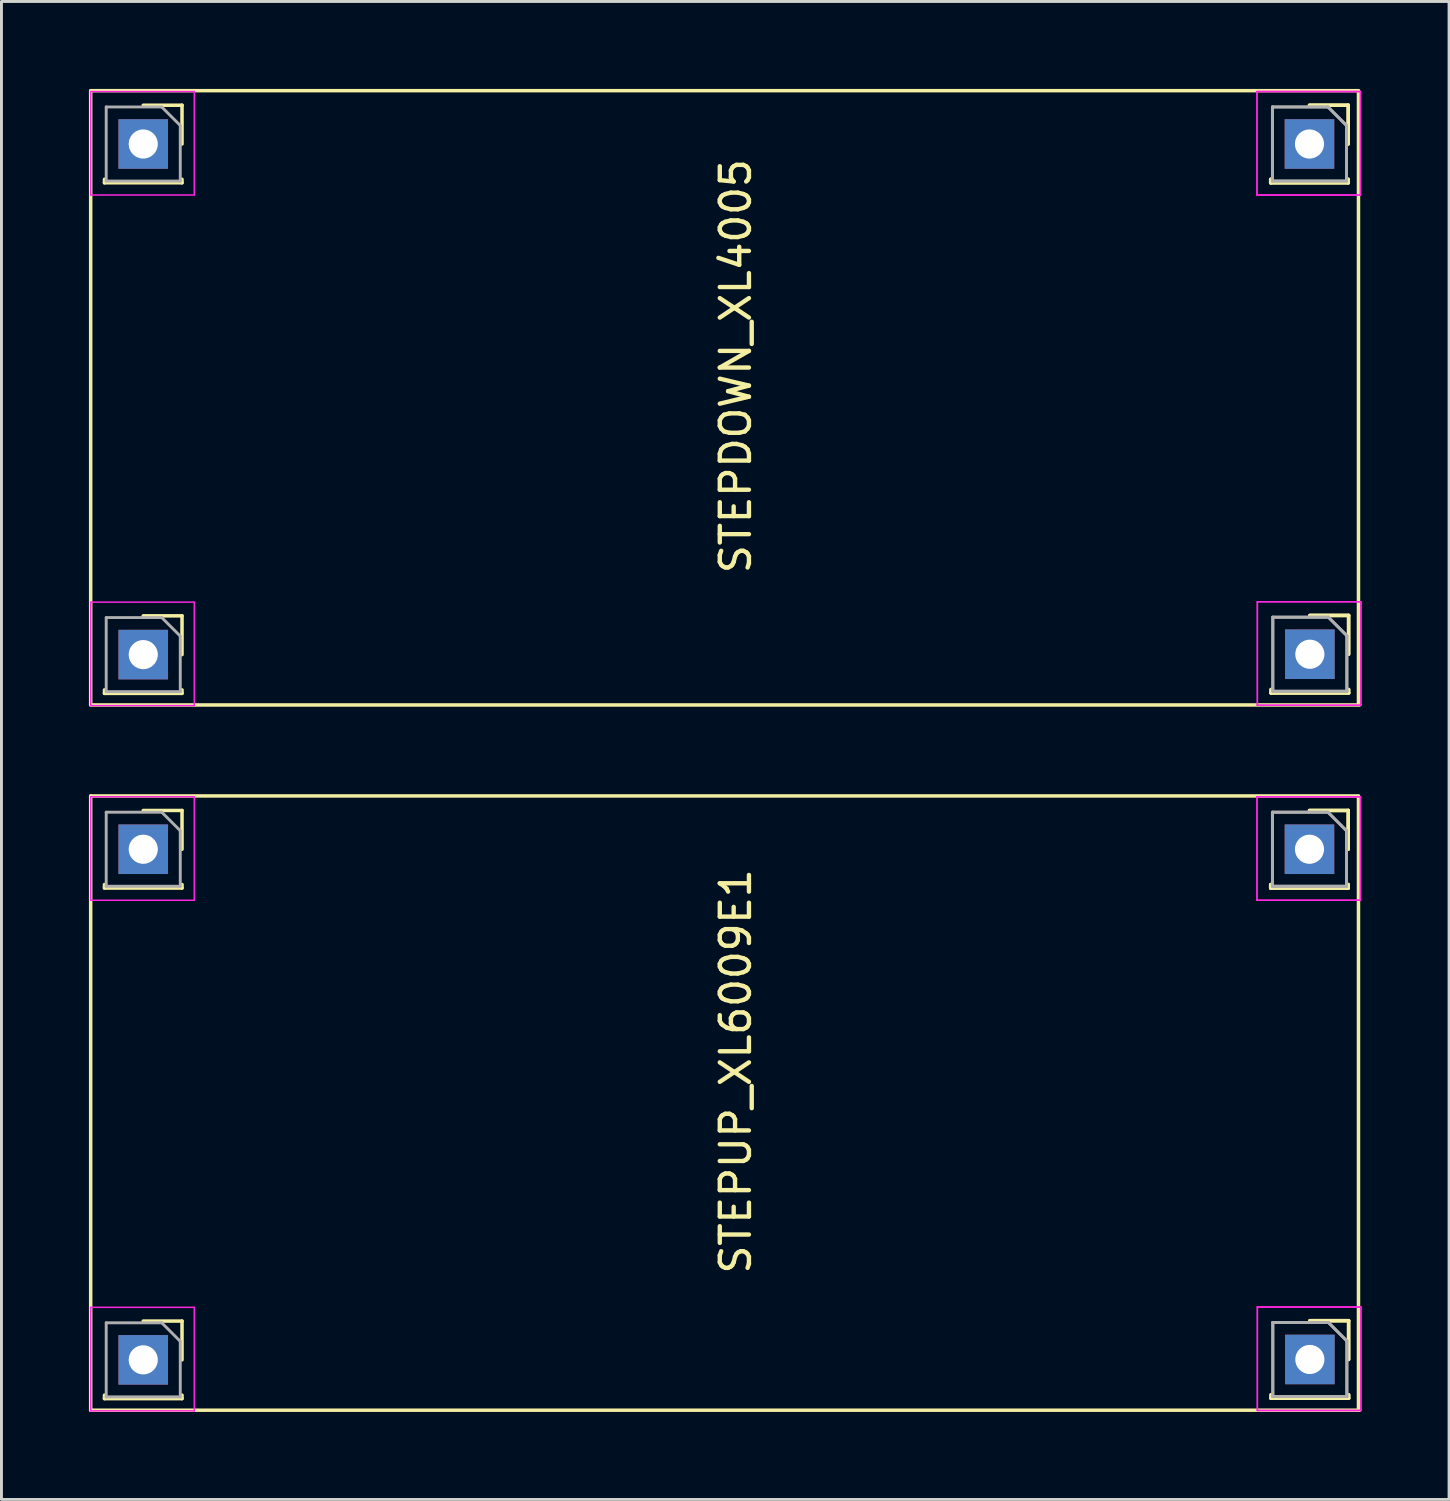
<source format=kicad_pcb>
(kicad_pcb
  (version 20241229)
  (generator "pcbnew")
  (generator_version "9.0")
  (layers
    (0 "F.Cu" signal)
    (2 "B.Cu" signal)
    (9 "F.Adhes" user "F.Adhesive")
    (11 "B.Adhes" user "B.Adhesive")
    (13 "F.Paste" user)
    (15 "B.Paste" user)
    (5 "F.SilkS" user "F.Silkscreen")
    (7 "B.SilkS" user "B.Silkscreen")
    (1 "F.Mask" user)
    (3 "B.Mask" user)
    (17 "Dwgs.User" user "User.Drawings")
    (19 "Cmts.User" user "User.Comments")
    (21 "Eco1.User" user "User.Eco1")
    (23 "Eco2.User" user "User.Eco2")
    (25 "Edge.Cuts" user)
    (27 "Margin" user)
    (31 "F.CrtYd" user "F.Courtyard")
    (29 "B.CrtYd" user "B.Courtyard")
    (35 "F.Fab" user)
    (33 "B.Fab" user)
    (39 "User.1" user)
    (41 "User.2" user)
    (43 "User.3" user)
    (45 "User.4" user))
  (footprint "STEPUP_XL6009E1"
    (layer "F.Cu")
    (at 1.863 43.591)
    (property "Reference" "STEPUP_XL6009E1" (at 20.32 -9.893 90) (layer "F.SilkS") (effects (font (size 1 1) (thickness 0.15))))
    (attr through_hole)
    (fp_line (start -1.803 1.727) (end -1.803 -19.342) (stroke (width 0.12) (type solid)) (layer "F.SilkS"))
    (fp_line (start -1.791 -19.342) (end 41.681 -19.342) (stroke (width 0.12) (type solid)) (layer "F.SilkS"))
    (fp_line (start -1.33 -16.303) (end -1.33 -16.183) (stroke (width 0.12) (type solid)) (layer "F.SilkS"))
    (fp_line (start -1.33 -16.183) (end 1.33 -16.183) (stroke (width 0.12) (type solid)) (layer "F.SilkS"))
    (fp_line (start -1.33 1.21) (end -1.33 1.33) (stroke (width 0.12) (type solid)) (layer "F.SilkS"))
    (fp_line (start -1.33 1.33) (end 1.33 1.33) (stroke (width 0.12) (type solid)) (layer "F.SilkS"))
    (fp_line (start 0 -18.843) (end 1.33 -18.843) (stroke (width 0.12) (type solid)) (layer "F.SilkS"))
    (fp_line (start 0 -1.33) (end 1.33 -1.33) (stroke (width 0.12) (type solid)) (layer "F.SilkS"))
    (fp_line (start 1.33 -18.843) (end 1.33 -17.513) (stroke (width 0.12) (type solid)) (layer "F.SilkS"))
    (fp_line (start 1.33 -16.303) (end 1.33 -16.183) (stroke (width 0.12) (type solid)) (layer "F.SilkS"))
    (fp_line (start 1.33 -1.33) (end 1.33 0) (stroke (width 0.12) (type solid)) (layer "F.SilkS"))
    (fp_line (start 1.33 1.21) (end 1.33 1.33) (stroke (width 0.12) (type solid)) (layer "F.SilkS"))
    (fp_line (start 38.67 -16.303) (end 38.67 -16.183) (stroke (width 0.12) (type solid)) (layer "F.SilkS"))
    (fp_line (start 38.67 -16.303) (end 38.67 -16.183) (stroke (width 0.12) (type solid)) (layer "F.SilkS"))
    (fp_line (start 38.67 -16.183) (end 41.33 -16.183) (stroke (width 0.12) (type solid)) (layer "F.SilkS"))
    (fp_line (start 38.67 -16.183) (end 41.33 -16.183) (stroke (width 0.12) (type solid)) (layer "F.SilkS"))
    (fp_line (start 38.683 1.197) (end 38.683 1.317) (stroke (width 0.12) (type solid)) (layer "F.SilkS"))
    (fp_line (start 38.683 1.197) (end 38.683 1.317) (stroke (width 0.12) (type solid)) (layer "F.SilkS"))
    (fp_line (start 38.683 1.317) (end 41.343 1.317) (stroke (width 0.12) (type solid)) (layer "F.SilkS"))
    (fp_line (start 38.683 1.317) (end 41.343 1.317) (stroke (width 0.12) (type solid)) (layer "F.SilkS"))
    (fp_line (start 40 -18.843) (end 41.33 -18.843) (stroke (width 0.12) (type solid)) (layer "F.SilkS"))
    (fp_line (start 40 -18.843) (end 41.33 -18.843) (stroke (width 0.12) (type solid)) (layer "F.SilkS"))
    (fp_line (start 40.013 -1.343) (end 41.343 -1.343) (stroke (width 0.12) (type solid)) (layer "F.SilkS"))
    (fp_line (start 40.013 -1.343) (end 41.343 -1.343) (stroke (width 0.12) (type solid)) (layer "F.SilkS"))
    (fp_line (start 41.33 -18.843) (end 41.33 -17.513) (stroke (width 0.12) (type solid)) (layer "F.SilkS"))
    (fp_line (start 41.33 -18.843) (end 41.33 -17.513) (stroke (width 0.12) (type solid)) (layer "F.SilkS"))
    (fp_line (start 41.33 -16.303) (end 41.33 -16.183) (stroke (width 0.12) (type solid)) (layer "F.SilkS"))
    (fp_line (start 41.33 -16.303) (end 41.33 -16.183) (stroke (width 0.12) (type solid)) (layer "F.SilkS"))
    (fp_line (start 41.343 -1.343) (end 41.343 -0.013) (stroke (width 0.12) (type solid)) (layer "F.SilkS"))
    (fp_line (start 41.343 -1.343) (end 41.343 -0.013) (stroke (width 0.12) (type solid)) (layer "F.SilkS"))
    (fp_line (start 41.343 1.197) (end 41.343 1.317) (stroke (width 0.12) (type solid)) (layer "F.SilkS"))
    (fp_line (start 41.343 1.197) (end 41.343 1.317) (stroke (width 0.12) (type solid)) (layer "F.SilkS"))
    (fp_line (start 41.681 -19.329) (end 41.681 1.714) (stroke (width 0.12) (type solid)) (layer "F.SilkS"))
    (fp_line (start 41.719 1.727) (end -1.803 1.727) (stroke (width 0.12) (type solid)) (layer "F.SilkS"))
    (fp_line (start -1.8 -19.313) (end 1.75 -19.313) (stroke (width 0.05) (type solid)) (layer "F.CrtYd"))
    (fp_line (start -1.8 -15.763) (end -1.8 -19.313) (stroke (width 0.05) (type solid)) (layer "F.CrtYd"))
    (fp_line (start -1.8 -1.8) (end 1.75 -1.8) (stroke (width 0.05) (type solid)) (layer "F.CrtYd"))
    (fp_line (start -1.8 1.75) (end -1.8 -1.8) (stroke (width 0.05) (type solid)) (layer "F.CrtYd"))
    (fp_line (start 1.75 -19.313) (end 1.75 -15.763) (stroke (width 0.05) (type solid)) (layer "F.CrtYd"))
    (fp_line (start 1.75 -15.763) (end -1.8 -15.763) (stroke (width 0.05) (type solid)) (layer "F.CrtYd"))
    (fp_line (start 1.75 -1.8) (end 1.75 1.75) (stroke (width 0.05) (type solid)) (layer "F.CrtYd"))
    (fp_line (start 1.75 1.75) (end -1.8 1.75) (stroke (width 0.05) (type solid)) (layer "F.CrtYd"))
    (fp_line (start 38.2 -19.313) (end 41.75 -19.313) (stroke (width 0.05) (type solid)) (layer "F.CrtYd"))
    (fp_line (start 38.2 -19.313) (end 41.75 -19.313) (stroke (width 0.05) (type solid)) (layer "F.CrtYd"))
    (fp_line (start 38.2 -15.763) (end 38.2 -19.313) (stroke (width 0.05) (type solid)) (layer "F.CrtYd"))
    (fp_line (start 38.2 -15.763) (end 38.2 -19.313) (stroke (width 0.05) (type solid)) (layer "F.CrtYd"))
    (fp_line (start 38.213 -1.813) (end 41.763 -1.813) (stroke (width 0.05) (type solid)) (layer "F.CrtYd"))
    (fp_line (start 38.213 -1.813) (end 41.763 -1.813) (stroke (width 0.05) (type solid)) (layer "F.CrtYd"))
    (fp_line (start 38.213 1.737) (end 38.213 -1.813) (stroke (width 0.05) (type solid)) (layer "F.CrtYd"))
    (fp_line (start 38.213 1.737) (end 38.213 -1.813) (stroke (width 0.05) (type solid)) (layer "F.CrtYd"))
    (fp_line (start 41.75 -19.313) (end 41.75 -15.763) (stroke (width 0.05) (type solid)) (layer "F.CrtYd"))
    (fp_line (start 41.75 -19.313) (end 41.75 -15.763) (stroke (width 0.05) (type solid)) (layer "F.CrtYd"))
    (fp_line (start 41.75 -15.763) (end 38.2 -15.763) (stroke (width 0.05) (type solid)) (layer "F.CrtYd"))
    (fp_line (start 41.75 -15.763) (end 38.2 -15.763) (stroke (width 0.05) (type solid)) (layer "F.CrtYd"))
    (fp_line (start 41.763 -1.813) (end 41.763 1.737) (stroke (width 0.05) (type solid)) (layer "F.CrtYd"))
    (fp_line (start 41.763 -1.813) (end 41.763 1.737) (stroke (width 0.05) (type solid)) (layer "F.CrtYd"))
    (fp_line (start 41.763 1.737) (end 38.213 1.737) (stroke (width 0.05) (type solid)) (layer "F.CrtYd"))
    (fp_line (start 41.763 1.737) (end 38.213 1.737) (stroke (width 0.05) (type solid)) (layer "F.CrtYd"))
    (fp_line (start -1.27 -18.783) (end 0.635 -18.783) (stroke (width 0.1) (type solid)) (layer "F.Fab"))
    (fp_line (start -1.27 -16.243) (end -1.27 -18.783) (stroke (width 0.1) (type solid)) (layer "F.Fab"))
    (fp_line (start -1.27 -1.27) (end 0.635 -1.27) (stroke (width 0.1) (type solid)) (layer "F.Fab"))
    (fp_line (start -1.27 1.27) (end -1.27 -1.27) (stroke (width 0.1) (type solid)) (layer "F.Fab"))
    (fp_line (start 0.635 -18.783) (end 1.27 -18.148) (stroke (width 0.1) (type solid)) (layer "F.Fab"))
    (fp_line (start 0.635 -1.27) (end 1.27 -0.635) (stroke (width 0.1) (type solid)) (layer "F.Fab"))
    (fp_line (start 1.27 -18.148) (end 1.27 -16.243) (stroke (width 0.1) (type solid)) (layer "F.Fab"))
    (fp_line (start 1.27 -16.243) (end -1.27 -16.243) (stroke (width 0.1) (type solid)) (layer "F.Fab"))
    (fp_line (start 1.27 -0.635) (end 1.27 1.27) (stroke (width 0.1) (type solid)) (layer "F.Fab"))
    (fp_line (start 1.27 1.27) (end -1.27 1.27) (stroke (width 0.1) (type solid)) (layer "F.Fab"))
    (fp_line (start 38.73 -18.783) (end 40.635 -18.783) (stroke (width 0.1) (type solid)) (layer "F.Fab"))
    (fp_line (start 38.73 -18.783) (end 40.635 -18.783) (stroke (width 0.1) (type solid)) (layer "F.Fab"))
    (fp_line (start 38.73 -16.243) (end 38.73 -18.783) (stroke (width 0.1) (type solid)) (layer "F.Fab"))
    (fp_line (start 38.73 -16.243) (end 38.73 -18.783) (stroke (width 0.1) (type solid)) (layer "F.Fab"))
    (fp_line (start 38.743 -1.283) (end 40.648 -1.283) (stroke (width 0.1) (type solid)) (layer "F.Fab"))
    (fp_line (start 38.743 -1.283) (end 40.648 -1.283) (stroke (width 0.1) (type solid)) (layer "F.Fab"))
    (fp_line (start 38.743 1.257) (end 38.743 -1.283) (stroke (width 0.1) (type solid)) (layer "F.Fab"))
    (fp_line (start 38.743 1.257) (end 38.743 -1.283) (stroke (width 0.1) (type solid)) (layer "F.Fab"))
    (fp_line (start 40.635 -18.783) (end 41.27 -18.148) (stroke (width 0.1) (type solid)) (layer "F.Fab"))
    (fp_line (start 40.635 -18.783) (end 41.27 -18.148) (stroke (width 0.1) (type solid)) (layer "F.Fab"))
    (fp_line (start 40.648 -1.283) (end 41.283 -0.648) (stroke (width 0.1) (type solid)) (layer "F.Fab"))
    (fp_line (start 40.648 -1.283) (end 41.283 -0.648) (stroke (width 0.1) (type solid)) (layer "F.Fab"))
    (fp_line (start 41.27 -18.148) (end 41.27 -16.243) (stroke (width 0.1) (type solid)) (layer "F.Fab"))
    (fp_line (start 41.27 -18.148) (end 41.27 -16.243) (stroke (width 0.1) (type solid)) (layer "F.Fab"))
    (fp_line (start 41.27 -16.243) (end 38.73 -16.243) (stroke (width 0.1) (type solid)) (layer "F.Fab"))
    (fp_line (start 41.27 -16.243) (end 38.73 -16.243) (stroke (width 0.1) (type solid)) (layer "F.Fab"))
    (fp_line (start 41.283 -0.648) (end 41.283 1.257) (stroke (width 0.1) (type solid)) (layer "F.Fab"))
    (fp_line (start 41.283 -0.648) (end 41.283 1.257) (stroke (width 0.1) (type solid)) (layer "F.Fab"))
    (fp_line (start 41.283 1.257) (end 38.743 1.257) (stroke (width 0.1) (type solid)) (layer "F.Fab"))
    (fp_line (start 41.283 1.257) (end 38.743 1.257) (stroke (width 0.1) (type solid)) (layer "F.Fab"))
    (pad "1" thru_hole rect (at 0 0) (size 1.7 1.7) (drill 1) (layers "*.Cu" "*.Mask"))
    (pad "2" thru_hole rect (at 0 -17.513) (size 1.7 1.7) (drill 1) (layers "*.Cu" "*.Mask"))
    (pad "3" thru_hole rect (at 40.013 -0.013) (size 1.7 1.7) (drill 1) (layers "*.Cu" "*.Mask"))
    (pad "4" thru_hole rect (at 40 -17.513 90) (size 1.7 1.7) (drill 1) (layers "*.Cu" "*.Mask")))
  (footprint "STEPDOWN_XL4005"
    (layer "F.Cu")
    (at 1.863 19.402)
    (property "Reference" "STEPDOWN_XL4005" (at 20.32 -9.893 90) (layer "F.SilkS") (effects (font (size 1 1) (thickness 0.15))))
    (attr through_hole)
    (fp_line (start -1.803 1.727) (end -1.803 -19.342) (stroke (width 0.12) (type solid)) (layer "F.SilkS"))
    (fp_line (start -1.791 -19.342) (end 41.681 -19.342) (stroke (width 0.12) (type solid)) (layer "F.SilkS"))
    (fp_line (start -1.33 -16.303) (end -1.33 -16.183) (stroke (width 0.12) (type solid)) (layer "F.SilkS"))
    (fp_line (start -1.33 -16.183) (end 1.33 -16.183) (stroke (width 0.12) (type solid)) (layer "F.SilkS"))
    (fp_line (start -1.33 1.21) (end -1.33 1.33) (stroke (width 0.12) (type solid)) (layer "F.SilkS"))
    (fp_line (start -1.33 1.33) (end 1.33 1.33) (stroke (width 0.12) (type solid)) (layer "F.SilkS"))
    (fp_line (start 0 -18.843) (end 1.33 -18.843) (stroke (width 0.12) (type solid)) (layer "F.SilkS"))
    (fp_line (start 0 -1.33) (end 1.33 -1.33) (stroke (width 0.12) (type solid)) (layer "F.SilkS"))
    (fp_line (start 1.33 -18.843) (end 1.33 -17.513) (stroke (width 0.12) (type solid)) (layer "F.SilkS"))
    (fp_line (start 1.33 -16.303) (end 1.33 -16.183) (stroke (width 0.12) (type solid)) (layer "F.SilkS"))
    (fp_line (start 1.33 -1.33) (end 1.33 0) (stroke (width 0.12) (type solid)) (layer "F.SilkS"))
    (fp_line (start 1.33 1.21) (end 1.33 1.33) (stroke (width 0.12) (type solid)) (layer "F.SilkS"))
    (fp_line (start 38.67 -16.303) (end 38.67 -16.183) (stroke (width 0.12) (type solid)) (layer "F.SilkS"))
    (fp_line (start 38.67 -16.303) (end 38.67 -16.183) (stroke (width 0.12) (type solid)) (layer "F.SilkS"))
    (fp_line (start 38.67 -16.183) (end 41.33 -16.183) (stroke (width 0.12) (type solid)) (layer "F.SilkS"))
    (fp_line (start 38.67 -16.183) (end 41.33 -16.183) (stroke (width 0.12) (type solid)) (layer "F.SilkS"))
    (fp_line (start 38.683 1.197) (end 38.683 1.317) (stroke (width 0.12) (type solid)) (layer "F.SilkS"))
    (fp_line (start 38.683 1.197) (end 38.683 1.317) (stroke (width 0.12) (type solid)) (layer "F.SilkS"))
    (fp_line (start 38.683 1.317) (end 41.343 1.317) (stroke (width 0.12) (type solid)) (layer "F.SilkS"))
    (fp_line (start 38.683 1.317) (end 41.343 1.317) (stroke (width 0.12) (type solid)) (layer "F.SilkS"))
    (fp_line (start 40 -18.843) (end 41.33 -18.843) (stroke (width 0.12) (type solid)) (layer "F.SilkS"))
    (fp_line (start 40 -18.843) (end 41.33 -18.843) (stroke (width 0.12) (type solid)) (layer "F.SilkS"))
    (fp_line (start 40.013 -1.343) (end 41.343 -1.343) (stroke (width 0.12) (type solid)) (layer "F.SilkS"))
    (fp_line (start 40.013 -1.343) (end 41.343 -1.343) (stroke (width 0.12) (type solid)) (layer "F.SilkS"))
    (fp_line (start 41.33 -18.843) (end 41.33 -17.513) (stroke (width 0.12) (type solid)) (layer "F.SilkS"))
    (fp_line (start 41.33 -18.843) (end 41.33 -17.513) (stroke (width 0.12) (type solid)) (layer "F.SilkS"))
    (fp_line (start 41.33 -16.303) (end 41.33 -16.183) (stroke (width 0.12) (type solid)) (layer "F.SilkS"))
    (fp_line (start 41.33 -16.303) (end 41.33 -16.183) (stroke (width 0.12) (type solid)) (layer "F.SilkS"))
    (fp_line (start 41.343 -1.343) (end 41.343 -0.013) (stroke (width 0.12) (type solid)) (layer "F.SilkS"))
    (fp_line (start 41.343 -1.343) (end 41.343 -0.013) (stroke (width 0.12) (type solid)) (layer "F.SilkS"))
    (fp_line (start 41.343 1.197) (end 41.343 1.317) (stroke (width 0.12) (type solid)) (layer "F.SilkS"))
    (fp_line (start 41.343 1.197) (end 41.343 1.317) (stroke (width 0.12) (type solid)) (layer "F.SilkS"))
    (fp_line (start 41.681 -19.329) (end 41.681 1.714) (stroke (width 0.12) (type solid)) (layer "F.SilkS"))
    (fp_line (start 41.719 1.727) (end -1.803 1.727) (stroke (width 0.12) (type solid)) (layer "F.SilkS"))
    (fp_line (start -1.8 -19.313) (end 1.75 -19.313) (stroke (width 0.05) (type solid)) (layer "F.CrtYd"))
    (fp_line (start -1.8 -15.763) (end -1.8 -19.313) (stroke (width 0.05) (type solid)) (layer "F.CrtYd"))
    (fp_line (start -1.8 -1.8) (end 1.75 -1.8) (stroke (width 0.05) (type solid)) (layer "F.CrtYd"))
    (fp_line (start -1.8 1.75) (end -1.8 -1.8) (stroke (width 0.05) (type solid)) (layer "F.CrtYd"))
    (fp_line (start 1.75 -19.313) (end 1.75 -15.763) (stroke (width 0.05) (type solid)) (layer "F.CrtYd"))
    (fp_line (start 1.75 -15.763) (end -1.8 -15.763) (stroke (width 0.05) (type solid)) (layer "F.CrtYd"))
    (fp_line (start 1.75 -1.8) (end 1.75 1.75) (stroke (width 0.05) (type solid)) (layer "F.CrtYd"))
    (fp_line (start 1.75 1.75) (end -1.8 1.75) (stroke (width 0.05) (type solid)) (layer "F.CrtYd"))
    (fp_line (start 38.2 -19.313) (end 41.75 -19.313) (stroke (width 0.05) (type solid)) (layer "F.CrtYd"))
    (fp_line (start 38.2 -19.313) (end 41.75 -19.313) (stroke (width 0.05) (type solid)) (layer "F.CrtYd"))
    (fp_line (start 38.2 -15.763) (end 38.2 -19.313) (stroke (width 0.05) (type solid)) (layer "F.CrtYd"))
    (fp_line (start 38.2 -15.763) (end 38.2 -19.313) (stroke (width 0.05) (type solid)) (layer "F.CrtYd"))
    (fp_line (start 38.213 -1.813) (end 41.763 -1.813) (stroke (width 0.05) (type solid)) (layer "F.CrtYd"))
    (fp_line (start 38.213 -1.813) (end 41.763 -1.813) (stroke (width 0.05) (type solid)) (layer "F.CrtYd"))
    (fp_line (start 38.213 1.737) (end 38.213 -1.813) (stroke (width 0.05) (type solid)) (layer "F.CrtYd"))
    (fp_line (start 38.213 1.737) (end 38.213 -1.813) (stroke (width 0.05) (type solid)) (layer "F.CrtYd"))
    (fp_line (start 41.75 -19.313) (end 41.75 -15.763) (stroke (width 0.05) (type solid)) (layer "F.CrtYd"))
    (fp_line (start 41.75 -19.313) (end 41.75 -15.763) (stroke (width 0.05) (type solid)) (layer "F.CrtYd"))
    (fp_line (start 41.75 -15.763) (end 38.2 -15.763) (stroke (width 0.05) (type solid)) (layer "F.CrtYd"))
    (fp_line (start 41.75 -15.763) (end 38.2 -15.763) (stroke (width 0.05) (type solid)) (layer "F.CrtYd"))
    (fp_line (start 41.763 -1.813) (end 41.763 1.737) (stroke (width 0.05) (type solid)) (layer "F.CrtYd"))
    (fp_line (start 41.763 -1.813) (end 41.763 1.737) (stroke (width 0.05) (type solid)) (layer "F.CrtYd"))
    (fp_line (start 41.763 1.737) (end 38.213 1.737) (stroke (width 0.05) (type solid)) (layer "F.CrtYd"))
    (fp_line (start 41.763 1.737) (end 38.213 1.737) (stroke (width 0.05) (type solid)) (layer "F.CrtYd"))
    (fp_line (start -1.27 -18.783) (end 0.635 -18.783) (stroke (width 0.1) (type solid)) (layer "F.Fab"))
    (fp_line (start -1.27 -16.243) (end -1.27 -18.783) (stroke (width 0.1) (type solid)) (layer "F.Fab"))
    (fp_line (start -1.27 -1.27) (end 0.635 -1.27) (stroke (width 0.1) (type solid)) (layer "F.Fab"))
    (fp_line (start -1.27 1.27) (end -1.27 -1.27) (stroke (width 0.1) (type solid)) (layer "F.Fab"))
    (fp_line (start 0.635 -18.783) (end 1.27 -18.148) (stroke (width 0.1) (type solid)) (layer "F.Fab"))
    (fp_line (start 0.635 -1.27) (end 1.27 -0.635) (stroke (width 0.1) (type solid)) (layer "F.Fab"))
    (fp_line (start 1.27 -18.148) (end 1.27 -16.243) (stroke (width 0.1) (type solid)) (layer "F.Fab"))
    (fp_line (start 1.27 -16.243) (end -1.27 -16.243) (stroke (width 0.1) (type solid)) (layer "F.Fab"))
    (fp_line (start 1.27 -0.635) (end 1.27 1.27) (stroke (width 0.1) (type solid)) (layer "F.Fab"))
    (fp_line (start 1.27 1.27) (end -1.27 1.27) (stroke (width 0.1) (type solid)) (layer "F.Fab"))
    (fp_line (start 38.73 -18.783) (end 40.635 -18.783) (stroke (width 0.1) (type solid)) (layer "F.Fab"))
    (fp_line (start 38.73 -18.783) (end 40.635 -18.783) (stroke (width 0.1) (type solid)) (layer "F.Fab"))
    (fp_line (start 38.73 -16.243) (end 38.73 -18.783) (stroke (width 0.1) (type solid)) (layer "F.Fab"))
    (fp_line (start 38.73 -16.243) (end 38.73 -18.783) (stroke (width 0.1) (type solid)) (layer "F.Fab"))
    (fp_line (start 38.743 -1.283) (end 40.648 -1.283) (stroke (width 0.1) (type solid)) (layer "F.Fab"))
    (fp_line (start 38.743 -1.283) (end 40.648 -1.283) (stroke (width 0.1) (type solid)) (layer "F.Fab"))
    (fp_line (start 38.743 1.257) (end 38.743 -1.283) (stroke (width 0.1) (type solid)) (layer "F.Fab"))
    (fp_line (start 38.743 1.257) (end 38.743 -1.283) (stroke (width 0.1) (type solid)) (layer "F.Fab"))
    (fp_line (start 40.635 -18.783) (end 41.27 -18.148) (stroke (width 0.1) (type solid)) (layer "F.Fab"))
    (fp_line (start 40.635 -18.783) (end 41.27 -18.148) (stroke (width 0.1) (type solid)) (layer "F.Fab"))
    (fp_line (start 40.648 -1.283) (end 41.283 -0.648) (stroke (width 0.1) (type solid)) (layer "F.Fab"))
    (fp_line (start 40.648 -1.283) (end 41.283 -0.648) (stroke (width 0.1) (type solid)) (layer "F.Fab"))
    (fp_line (start 41.27 -18.148) (end 41.27 -16.243) (stroke (width 0.1) (type solid)) (layer "F.Fab"))
    (fp_line (start 41.27 -18.148) (end 41.27 -16.243) (stroke (width 0.1) (type solid)) (layer "F.Fab"))
    (fp_line (start 41.27 -16.243) (end 38.73 -16.243) (stroke (width 0.1) (type solid)) (layer "F.Fab"))
    (fp_line (start 41.27 -16.243) (end 38.73 -16.243) (stroke (width 0.1) (type solid)) (layer "F.Fab"))
    (fp_line (start 41.283 -0.648) (end 41.283 1.257) (stroke (width 0.1) (type solid)) (layer "F.Fab"))
    (fp_line (start 41.283 -0.648) (end 41.283 1.257) (stroke (width 0.1) (type solid)) (layer "F.Fab"))
    (fp_line (start 41.283 1.257) (end 38.743 1.257) (stroke (width 0.1) (type solid)) (layer "F.Fab"))
    (fp_line (start 41.283 1.257) (end 38.743 1.257) (stroke (width 0.1) (type solid)) (layer "F.Fab"))
    (pad "1" thru_hole rect (at 0 0) (size 1.7 1.7) (drill 1) (layers "*.Cu" "*.Mask"))
    (pad "2" thru_hole rect (at 0 -17.513) (size 1.7 1.7) (drill 1) (layers "*.Cu" "*.Mask"))
    (pad "3" thru_hole rect (at 40.013 -0.013) (size 1.7 1.7) (drill 1) (layers "*.Cu" "*.Mask"))
    (pad "4" thru_hole rect (at 40 -17.513 90) (size 1.7 1.7) (drill 1) (layers "*.Cu" "*.Mask")))
  (gr_rect
    (start -3 -3)
    (end 46.651 48.379)
    (stroke (width 0.1) (type default))
    (fill no)
    (layer "Edge.Cuts")))
</source>
